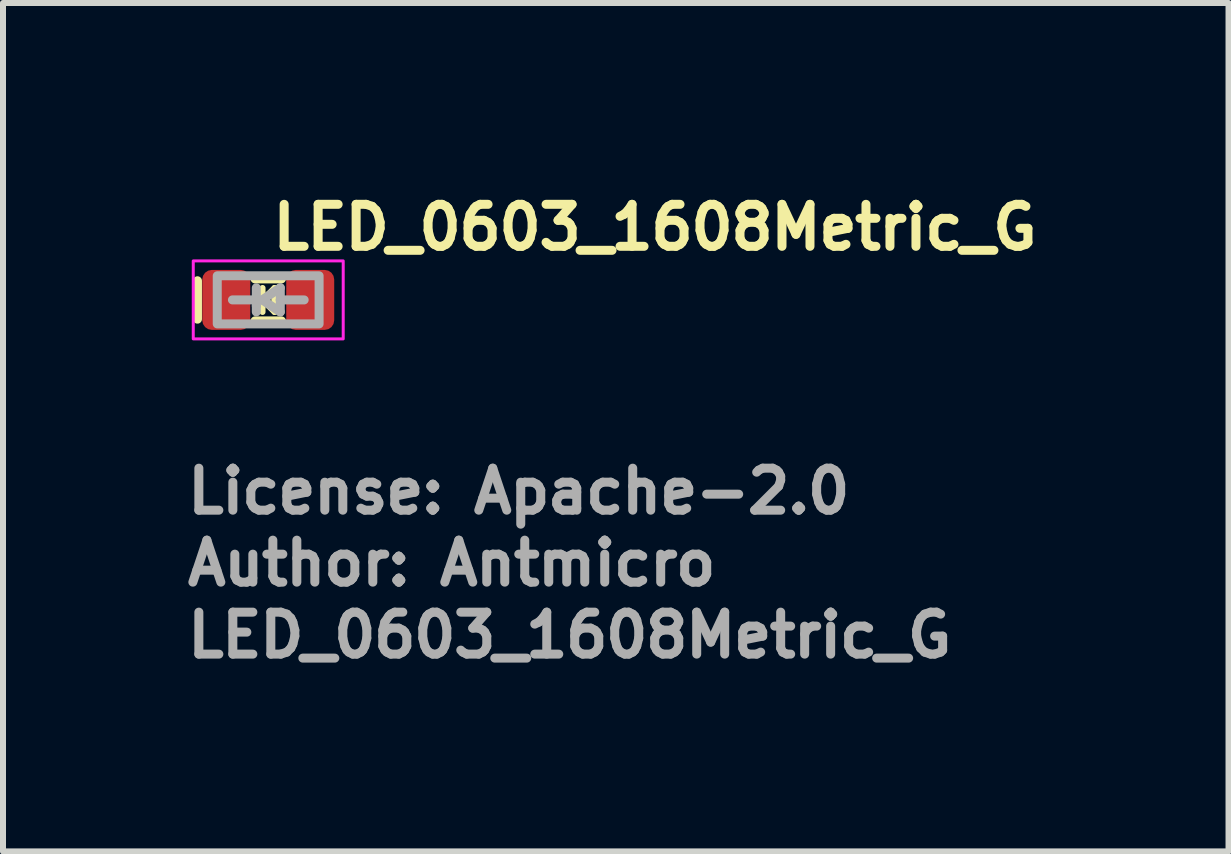
<source format=kicad_pcb>
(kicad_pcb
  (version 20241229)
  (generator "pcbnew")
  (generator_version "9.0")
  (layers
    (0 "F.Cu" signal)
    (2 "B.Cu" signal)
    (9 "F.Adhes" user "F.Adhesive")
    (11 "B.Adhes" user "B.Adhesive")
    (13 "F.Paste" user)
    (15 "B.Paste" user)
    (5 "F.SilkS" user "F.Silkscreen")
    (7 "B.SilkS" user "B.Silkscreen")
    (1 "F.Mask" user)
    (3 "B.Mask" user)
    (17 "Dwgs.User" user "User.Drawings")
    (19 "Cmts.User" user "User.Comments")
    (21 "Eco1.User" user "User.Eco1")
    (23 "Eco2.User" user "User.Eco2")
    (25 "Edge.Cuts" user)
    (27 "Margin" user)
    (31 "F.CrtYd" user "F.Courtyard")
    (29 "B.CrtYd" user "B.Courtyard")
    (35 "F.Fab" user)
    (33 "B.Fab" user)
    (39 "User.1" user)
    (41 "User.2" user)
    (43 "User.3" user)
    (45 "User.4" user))
  (footprint "LED_0603_1608Metric_G"
    (layer "F.Cu")
    (at 1.422 1.95)
    (property "Reference" "LED_0603_1608Metric_G" (at 0 -0.8 0) (layer "F.SilkS") (effects (font (size 0.7 0.7) (thickness 0.15)) (justify left bottom)))
    (attr smd)
    (fp_line (start -1.18 -0.319) (end -1.18 0.321) (stroke (width 0.15) (type solid)) (layer "F.SilkS"))
    (fp_line (start -0.095 0.001) (end -0.24 0.001) (stroke (width 0.1) (type solid)) (layer "F.SilkS"))
    (fp_line (start -0.095 0.001) (end 0.105 -0.199) (stroke (width 0.1) (type solid)) (layer "F.SilkS"))
    (fp_line (start -0.095 0.201) (end -0.095 -0.199) (stroke (width 0.1) (type solid)) (layer "F.SilkS"))
    (fp_line (start 0.105 0.001) (end 0.24 0.001) (stroke (width 0.1) (type solid)) (layer "F.SilkS"))
    (fp_line (start 0.105 0.201) (end -0.095 0.001) (stroke (width 0.1) (type solid)) (layer "F.SilkS"))
    (fp_line (start 0.105 0.201) (end 0.105 -0.199) (stroke (width 0.1) (type solid)) (layer "F.SilkS"))
    (fp_line (start 0.22 -0.35) (end -0.22 -0.35) (stroke (width 0.15) (type solid)) (layer "F.SilkS"))
    (fp_line (start 0.22 0.35) (end -0.22 0.35) (stroke (width 0.15) (type solid)) (layer "F.SilkS"))
    (fp_rect (start 1.25 0.65) (end -1.25 -0.65) (stroke (width 0.05) (type solid)) (fill no) (layer "F.CrtYd"))
    (fp_line (start -0.199 -0.202) (end -0.199 0.1) (stroke (width 0.15) (type solid)) (layer "F.Fab"))
    (fp_line (start -0.199 0) (end -0.597 0) (stroke (width 0.15) (type solid)) (layer "F.Fab"))
    (fp_line (start -0.199 0.2) (end -0.199 0.1) (stroke (width 0.15) (type solid)) (layer "F.Fab"))
    (fp_line (start -0.101 0) (end 0.201 0.2) (stroke (width 0.15) (type solid)) (layer "F.Fab"))
    (fp_line (start 0.201 -0.202) (end -0.101 0) (stroke (width 0.15) (type solid)) (layer "F.Fab"))
    (fp_line (start 0.201 0) (end 0.201 -0.202) (stroke (width 0.15) (type solid)) (layer "F.Fab"))
    (fp_line (start 0.201 0.2) (end 0.201 0) (stroke (width 0.15) (type solid)) (layer "F.Fab"))
    (fp_line (start 0.599 0) (end 0.201 0) (stroke (width 0.15) (type solid)) (layer "F.Fab"))
    (fp_rect (start 0.848 0.4) (end -0.85 -0.402) (stroke (width 0.15) (type solid)) (fill no) (layer "F.Fab"))
    (fp_rect (start -0.81 -0.4) (end 0.81 0.4) (stroke (width 0.1) (type solid)) (fill no) (layer "User.5"))
    (fp_line (start -0.812 -0.342) (end -0.812 -0.15) (stroke (width 0.02) (type solid)) (layer "User.9"))
    (fp_line (start -0.812 -0.15) (end -0.801 -0.151) (stroke (width 0.02) (type solid)) (layer "User.9"))
    (fp_line (start -0.812 0.148) (end -0.812 0.34) (stroke (width 0.02) (type solid)) (layer "User.9"))
    (fp_line (start -0.812 0.34) (end -0.58 0.34) (stroke (width 0.02) (type solid)) (layer "User.9"))
    (fp_line (start -0.806 0.148) (end -0.812 0.148) (stroke (width 0.02) (type solid)) (layer "User.9"))
    (fp_line (start -0.802 -0.402) (end -0.802 -0.342) (stroke (width 0.02) (type solid)) (layer "User.9"))
    (fp_line (start -0.802 0.34) (end -0.802 0.4) (stroke (width 0.02) (type solid)) (layer "User.9"))
    (fp_line (start -0.802 0.4) (end 0.8 0.4) (stroke (width 0.02) (type solid)) (layer "User.9"))
    (fp_line (start -0.801 -0.151) (end -0.791 -0.15) (stroke (width 0.02) (type solid)) (layer "User.9"))
    (fp_line (start -0.801 0.149) (end -0.806 0.148) (stroke (width 0.02) (type solid)) (layer "User.9"))
    (fp_line (start -0.796 0.148) (end -0.801 0.149) (stroke (width 0.02) (type solid)) (layer "User.9"))
    (fp_line (start -0.791 -0.15) (end -0.78 -0.149) (stroke (width 0.02) (type solid)) (layer "User.9"))
    (fp_line (start -0.791 0.148) (end -0.796 0.148) (stroke (width 0.02) (type solid)) (layer "User.9"))
    (fp_line (start -0.786 0.148) (end -0.791 0.148) (stroke (width 0.02) (type solid)) (layer "User.9"))
    (fp_line (start -0.782 -0.392) (end -0.782 -0.342) (stroke (width 0.02) (type solid)) (layer "User.9"))
    (fp_line (start -0.782 0.34) (end -0.782 0.39) (stroke (width 0.02) (type solid)) (layer "User.9"))
    (fp_line (start -0.782 0.39) (end -0.5 0.39) (stroke (width 0.02) (type solid)) (layer "User.9"))
    (fp_line (start -0.78 -0.149) (end -0.77 -0.147) (stroke (width 0.02) (type solid)) (layer "User.9"))
    (fp_line (start -0.78 0.147) (end -0.786 0.148) (stroke (width 0.02) (type solid)) (layer "User.9"))
    (fp_line (start -0.775 0.146) (end -0.78 0.147) (stroke (width 0.02) (type solid)) (layer "User.9"))
    (fp_line (start -0.77 -0.147) (end -0.76 -0.145) (stroke (width 0.02) (type solid)) (layer "User.9"))
    (fp_line (start -0.77 0.145) (end -0.775 0.146) (stroke (width 0.02) (type solid)) (layer "User.9"))
    (fp_line (start -0.764 0.144) (end -0.77 0.145) (stroke (width 0.02) (type solid)) (layer "User.9"))
    (fp_line (start -0.76 -0.145) (end -0.75 -0.143) (stroke (width 0.02) (type solid)) (layer "User.9"))
    (fp_line (start -0.76 0.144) (end -0.764 0.144) (stroke (width 0.02) (type solid)) (layer "User.9"))
    (fp_line (start -0.755 0.142) (end -0.76 0.144) (stroke (width 0.02) (type solid)) (layer "User.9"))
    (fp_line (start -0.75 -0.143) (end -0.74 -0.139) (stroke (width 0.02) (type solid)) (layer "User.9"))
    (fp_line (start -0.75 0.141) (end -0.755 0.142) (stroke (width 0.02) (type solid)) (layer "User.9"))
    (fp_line (start -0.745 0.139) (end -0.75 0.141) (stroke (width 0.02) (type solid)) (layer "User.9"))
    (fp_line (start -0.74 -0.139) (end -0.731 -0.135) (stroke (width 0.02) (type solid)) (layer "User.9"))
    (fp_line (start -0.74 0.137) (end -0.745 0.139) (stroke (width 0.02) (type solid)) (layer "User.9"))
    (fp_line (start -0.736 0.135) (end -0.74 0.137) (stroke (width 0.02) (type solid)) (layer "User.9"))
    (fp_line (start -0.731 -0.135) (end -0.723 -0.13) (stroke (width 0.02) (type solid)) (layer "User.9"))
    (fp_line (start -0.731 0.133) (end -0.736 0.135) (stroke (width 0.02) (type solid)) (layer "User.9"))
    (fp_line (start -0.727 0.13) (end -0.731 0.133) (stroke (width 0.02) (type solid)) (layer "User.9"))
    (fp_line (start -0.723 -0.13) (end -0.714 -0.123) (stroke (width 0.02) (type solid)) (layer "User.9"))
    (fp_line (start -0.723 0.128) (end -0.727 0.13) (stroke (width 0.02) (type solid)) (layer "User.9"))
    (fp_line (start -0.718 0.124) (end -0.723 0.128) (stroke (width 0.02) (type solid)) (layer "User.9"))
    (fp_line (start -0.714 -0.123) (end -0.706 -0.118) (stroke (width 0.02) (type solid)) (layer "User.9"))
    (fp_line (start -0.714 0.121) (end -0.718 0.124) (stroke (width 0.02) (type solid)) (layer "User.9"))
    (fp_line (start -0.71 0.119) (end -0.714 0.121) (stroke (width 0.02) (type solid)) (layer "User.9"))
    (fp_line (start -0.706 -0.118) (end -0.699 -0.11) (stroke (width 0.02) (type solid)) (layer "User.9"))
    (fp_line (start -0.706 0.116) (end -0.71 0.119) (stroke (width 0.02) (type solid)) (layer "User.9"))
    (fp_line (start -0.703 0.113) (end -0.706 0.116) (stroke (width 0.02) (type solid)) (layer "User.9"))
    (fp_line (start -0.699 -0.11) (end -0.692 -0.104) (stroke (width 0.02) (type solid)) (layer "User.9"))
    (fp_line (start -0.699 0.108) (end -0.703 0.113) (stroke (width 0.02) (type solid)) (layer "User.9"))
    (fp_line (start -0.696 0.105) (end -0.699 0.108) (stroke (width 0.02) (type solid)) (layer "User.9"))
    (fp_line (start -0.692 -0.104) (end -0.685 -0.095) (stroke (width 0.02) (type solid)) (layer "User.9"))
    (fp_line (start -0.692 0.102) (end -0.696 0.105) (stroke (width 0.02) (type solid)) (layer "User.9"))
    (fp_line (start -0.689 0.098) (end -0.692 0.102) (stroke (width 0.02) (type solid)) (layer "User.9"))
    (fp_line (start -0.685 -0.095) (end -0.679 -0.088) (stroke (width 0.02) (type solid)) (layer "User.9"))
    (fp_line (start -0.685 0.093) (end -0.689 0.098) (stroke (width 0.02) (type solid)) (layer "User.9"))
    (fp_line (start -0.682 0.089) (end -0.685 0.093) (stroke (width 0.02) (type solid)) (layer "User.9"))
    (fp_line (start -0.679 -0.088) (end -0.673 -0.078) (stroke (width 0.02) (type solid)) (layer "User.9"))
    (fp_line (start -0.679 0.086) (end -0.682 0.089) (stroke (width 0.02) (type solid)) (layer "User.9"))
    (fp_line (start -0.676 0.082) (end -0.679 0.086) (stroke (width 0.02) (type solid)) (layer "User.9"))
    (fp_line (start -0.673 -0.078) (end -0.673 -0.078) (stroke (width 0.02) (type solid)) (layer "User.9"))
    (fp_line (start -0.673 -0.078) (end -0.668 -0.07) (stroke (width 0.02) (type solid)) (layer "User.9"))
    (fp_line (start -0.673 0.076) (end -0.676 0.082) (stroke (width 0.02) (type solid)) (layer "User.9"))
    (fp_line (start -0.673 0.076) (end -0.673 0.076) (stroke (width 0.02) (type solid)) (layer "User.9"))
    (fp_line (start -0.668 -0.07) (end -0.664 -0.06) (stroke (width 0.02) (type solid)) (layer "User.9"))
    (fp_line (start -0.668 0.068) (end -0.673 0.076) (stroke (width 0.02) (type solid)) (layer "User.9"))
    (fp_line (start -0.664 -0.06) (end -0.66 -0.051) (stroke (width 0.02) (type solid)) (layer "User.9"))
    (fp_line (start -0.664 0.059) (end -0.668 0.068) (stroke (width 0.02) (type solid)) (layer "User.9"))
    (fp_line (start -0.66 -0.051) (end -0.657 -0.042) (stroke (width 0.02) (type solid)) (layer "User.9"))
    (fp_line (start -0.66 0.049) (end -0.664 0.059) (stroke (width 0.02) (type solid)) (layer "User.9"))
    (fp_line (start -0.657 -0.042) (end -0.655 -0.031) (stroke (width 0.02) (type solid)) (layer "User.9"))
    (fp_line (start -0.657 0.04) (end -0.66 0.049) (stroke (width 0.02) (type solid)) (layer "User.9"))
    (fp_line (start -0.655 -0.031) (end -0.653 -0.022) (stroke (width 0.02) (type solid)) (layer "User.9"))
    (fp_line (start -0.655 0.029) (end -0.657 0.04) (stroke (width 0.02) (type solid)) (layer "User.9"))
    (fp_line (start -0.653 -0.022) (end -0.652 -0.011) (stroke (width 0.02) (type solid)) (layer "User.9"))
    (fp_line (start -0.653 0.02) (end -0.655 0.029) (stroke (width 0.02) (type solid)) (layer "User.9"))
    (fp_line (start -0.652 -0.011) (end -0.651 0) (stroke (width 0.02) (type solid)) (layer "User.9"))
    (fp_line (start -0.652 0.01) (end -0.653 0.02) (stroke (width 0.02) (type solid)) (layer "User.9"))
    (fp_line (start -0.651 0) (end -0.652 0.01) (stroke (width 0.02) (type solid)) (layer "User.9"))
    (fp_line (start -0.6 -0.308) (end -0.599 -0.311) (stroke (width 0.02) (type solid)) (layer "User.9"))
    (fp_line (start -0.6 -0.306) (end -0.6 -0.308) (stroke (width 0.02) (type solid)) (layer "User.9"))
    (fp_line (start -0.6 -0.303) (end -0.6 -0.306) (stroke (width 0.02) (type solid)) (layer "User.9"))
    (fp_line (start -0.6 -0.3) (end -0.6 -0.303) (stroke (width 0.02) (type solid)) (layer "User.9"))
    (fp_line (start -0.6 -0.3) (end -0.6 0.298) (stroke (width 0.02) (type solid)) (layer "User.9"))
    (fp_line (start -0.6 0.301) (end -0.6 0.298) (stroke (width 0.02) (type solid)) (layer "User.9"))
    (fp_line (start -0.6 0.304) (end -0.6 0.301) (stroke (width 0.02) (type solid)) (layer "User.9"))
    (fp_line (start -0.6 0.306) (end -0.6 0.304) (stroke (width 0.02) (type solid)) (layer "User.9"))
    (fp_line (start -0.599 -0.313) (end -0.598 -0.315) (stroke (width 0.02) (type solid)) (layer "User.9"))
    (fp_line (start -0.599 -0.311) (end -0.599 -0.313) (stroke (width 0.02) (type solid)) (layer "User.9"))
    (fp_line (start -0.599 0.309) (end -0.6 0.306) (stroke (width 0.02) (type solid)) (layer "User.9"))
    (fp_line (start -0.599 0.311) (end -0.599 0.309) (stroke (width 0.02) (type solid)) (layer "User.9"))
    (fp_line (start -0.598 -0.315) (end -0.597 -0.318) (stroke (width 0.02) (type solid)) (layer "User.9"))
    (fp_line (start -0.598 0.313) (end -0.599 0.311) (stroke (width 0.02) (type solid)) (layer "User.9"))
    (fp_line (start -0.597 -0.32) (end -0.596 -0.323) (stroke (width 0.02) (type solid)) (layer "User.9"))
    (fp_line (start -0.597 -0.318) (end -0.597 -0.32) (stroke (width 0.02) (type solid)) (layer "User.9"))
    (fp_line (start -0.597 0.316) (end -0.598 0.313) (stroke (width 0.02) (type solid)) (layer "User.9"))
    (fp_line (start -0.597 0.318) (end -0.597 0.316) (stroke (width 0.02) (type solid)) (layer "User.9"))
    (fp_line (start -0.596 -0.323) (end -0.594 -0.325) (stroke (width 0.02) (type solid)) (layer "User.9"))
    (fp_line (start -0.596 0.321) (end -0.597 0.318) (stroke (width 0.02) (type solid)) (layer "User.9"))
    (fp_line (start -0.594 -0.325) (end -0.593 -0.327) (stroke (width 0.02) (type solid)) (layer "User.9"))
    (fp_line (start -0.594 0.323) (end -0.596 0.321) (stroke (width 0.02) (type solid)) (layer "User.9"))
    (fp_line (start -0.593 -0.327) (end -0.592 -0.329) (stroke (width 0.02) (type solid)) (layer "User.9"))
    (fp_line (start -0.593 0.325) (end -0.594 0.323) (stroke (width 0.02) (type solid)) (layer "User.9"))
    (fp_line (start -0.592 -0.329) (end -0.591 -0.331) (stroke (width 0.02) (type solid)) (layer "User.9"))
    (fp_line (start -0.592 0.327) (end -0.593 0.325) (stroke (width 0.02) (type solid)) (layer "User.9"))
    (fp_line (start -0.591 -0.331) (end -0.589 -0.333) (stroke (width 0.02) (type solid)) (layer "User.9"))
    (fp_line (start -0.591 0.329) (end -0.592 0.327) (stroke (width 0.02) (type solid)) (layer "User.9"))
    (fp_line (start -0.589 -0.333) (end -0.588 -0.335) (stroke (width 0.02) (type solid)) (layer "User.9"))
    (fp_line (start -0.589 0.331) (end -0.591 0.329) (stroke (width 0.02) (type solid)) (layer "User.9"))
    (fp_line (start -0.588 -0.335) (end -0.586 -0.337) (stroke (width 0.02) (type solid)) (layer "User.9"))
    (fp_line (start -0.588 0.333) (end -0.589 0.331) (stroke (width 0.02) (type solid)) (layer "User.9"))
    (fp_line (start -0.586 -0.337) (end -0.584 -0.339) (stroke (width 0.02) (type solid)) (layer "User.9"))
    (fp_line (start -0.586 0.335) (end -0.588 0.333) (stroke (width 0.02) (type solid)) (layer "User.9"))
    (fp_line (start -0.584 -0.339) (end -0.582 -0.34) (stroke (width 0.02) (type solid)) (layer "User.9"))
    (fp_line (start -0.584 0.337) (end -0.586 0.335) (stroke (width 0.02) (type solid)) (layer "User.9"))
    (fp_line (start -0.582 -0.34) (end -0.58 -0.342) (stroke (width 0.02) (type solid)) (layer "User.9"))
    (fp_line (start -0.582 0.338) (end -0.584 0.337) (stroke (width 0.02) (type solid)) (layer "User.9"))
    (fp_line (start -0.58 -0.342) (end -0.812 -0.342) (stroke (width 0.02) (type solid)) (layer "User.9"))
    (fp_line (start -0.58 -0.342) (end -0.578 -0.343) (stroke (width 0.02) (type solid)) (layer "User.9"))
    (fp_line (start -0.58 0.34) (end -0.582 0.338) (stroke (width 0.02) (type solid)) (layer "User.9"))
    (fp_line (start -0.578 -0.343) (end -0.577 -0.344) (stroke (width 0.02) (type solid)) (layer "User.9"))
    (fp_line (start -0.578 0.341) (end -0.58 0.34) (stroke (width 0.02) (type solid)) (layer "User.9"))
    (fp_line (start -0.577 -0.344) (end -0.575 -0.345) (stroke (width 0.02) (type solid)) (layer "User.9"))
    (fp_line (start -0.577 0.342) (end -0.578 0.341) (stroke (width 0.02) (type solid)) (layer "User.9"))
    (fp_line (start -0.575 -0.345) (end -0.573 -0.347) (stroke (width 0.02) (type solid)) (layer "User.9"))
    (fp_line (start -0.575 0.343) (end -0.577 0.342) (stroke (width 0.02) (type solid)) (layer "User.9"))
    (fp_line (start -0.573 -0.347) (end -0.571 -0.348) (stroke (width 0.02) (type solid)) (layer "User.9"))
    (fp_line (start -0.573 0.345) (end -0.575 0.343) (stroke (width 0.02) (type solid)) (layer "User.9"))
    (fp_line (start -0.571 -0.348) (end -0.569 -0.348) (stroke (width 0.02) (type solid)) (layer "User.9"))
    (fp_line (start -0.571 0.346) (end -0.573 0.345) (stroke (width 0.02) (type solid)) (layer "User.9"))
    (fp_line (start -0.569 -0.348) (end -0.566 -0.349) (stroke (width 0.02) (type solid)) (layer "User.9"))
    (fp_line (start -0.569 0.346) (end -0.571 0.346) (stroke (width 0.02) (type solid)) (layer "User.9"))
    (fp_line (start -0.566 -0.349) (end -0.564 -0.35) (stroke (width 0.02) (type solid)) (layer "User.9"))
    (fp_line (start -0.566 0.347) (end -0.569 0.346) (stroke (width 0.02) (type solid)) (layer "User.9"))
    (fp_line (start -0.564 -0.35) (end -0.562 -0.35) (stroke (width 0.02) (type solid)) (layer "User.9"))
    (fp_line (start -0.564 0.348) (end -0.566 0.347) (stroke (width 0.02) (type solid)) (layer "User.9"))
    (fp_line (start -0.562 -0.35) (end -0.559 -0.351) (stroke (width 0.02) (type solid)) (layer "User.9"))
    (fp_line (start -0.562 0.348) (end -0.564 0.348) (stroke (width 0.02) (type solid)) (layer "User.9"))
    (fp_line (start -0.559 -0.351) (end -0.557 -0.351) (stroke (width 0.02) (type solid)) (layer "User.9"))
    (fp_line (start -0.559 0.349) (end -0.562 0.348) (stroke (width 0.02) (type solid)) (layer "User.9"))
    (fp_line (start -0.557 -0.351) (end -0.554 -0.351) (stroke (width 0.02) (type solid)) (layer "User.9"))
    (fp_line (start -0.557 0.349) (end -0.559 0.349) (stroke (width 0.02) (type solid)) (layer "User.9"))
    (fp_line (start -0.554 -0.351) (end -0.552 -0.351) (stroke (width 0.02) (type solid)) (layer "User.9"))
    (fp_line (start -0.554 0.349) (end -0.557 0.349) (stroke (width 0.02) (type solid)) (layer "User.9"))
    (fp_line (start -0.552 0.349) (end -0.554 0.349) (stroke (width 0.02) (type solid)) (layer "User.9"))
    (fp_line (start -0.552 0.349) (end 0.55 0.349) (stroke (width 0.02) (type solid)) (layer "User.9"))
    (fp_line (start -0.5 -0.392) (end -0.782 -0.392) (stroke (width 0.02) (type solid)) (layer "User.9"))
    (fp_line (start -0.5 -0.351) (end -0.5 -0.392) (stroke (width 0.02) (type solid)) (layer "User.9"))
    (fp_line (start -0.5 0.39) (end -0.5 0.349) (stroke (width 0.02) (type solid)) (layer "User.9"))
    (fp_line (start 0.55 -0.351) (end -0.552 -0.351) (stroke (width 0.02) (type solid)) (layer "User.9"))
    (fp_line (start 0.55 -0.351) (end 0.552 -0.351) (stroke (width 0.02) (type solid)) (layer "User.9"))
    (fp_line (start 0.552 -0.351) (end 0.555 -0.351) (stroke (width 0.02) (type solid)) (layer "User.9"))
    (fp_line (start 0.552 0.349) (end 0.55 0.349) (stroke (width 0.02) (type solid)) (layer "User.9"))
    (fp_line (start 0.555 -0.351) (end 0.557 -0.351) (stroke (width 0.02) (type solid)) (layer "User.9"))
    (fp_line (start 0.555 0.349) (end 0.552 0.349) (stroke (width 0.02) (type solid)) (layer "User.9"))
    (fp_line (start 0.557 -0.351) (end 0.56 -0.35) (stroke (width 0.02) (type solid)) (layer "User.9"))
    (fp_line (start 0.557 0.349) (end 0.555 0.349) (stroke (width 0.02) (type solid)) (layer "User.9"))
    (fp_line (start 0.56 -0.35) (end 0.562 -0.35) (stroke (width 0.02) (type solid)) (layer "User.9"))
    (fp_line (start 0.56 0.348) (end 0.557 0.349) (stroke (width 0.02) (type solid)) (layer "User.9"))
    (fp_line (start 0.562 -0.35) (end 0.564 -0.349) (stroke (width 0.02) (type solid)) (layer "User.9"))
    (fp_line (start 0.562 0.348) (end 0.56 0.348) (stroke (width 0.02) (type solid)) (layer "User.9"))
    (fp_line (start 0.564 -0.349) (end 0.567 -0.348) (stroke (width 0.02) (type solid)) (layer "User.9"))
    (fp_line (start 0.564 0.347) (end 0.562 0.348) (stroke (width 0.02) (type solid)) (layer "User.9"))
    (fp_line (start 0.567 -0.348) (end 0.569 -0.348) (stroke (width 0.02) (type solid)) (layer "User.9"))
    (fp_line (start 0.567 0.346) (end 0.564 0.347) (stroke (width 0.02) (type solid)) (layer "User.9"))
    (fp_line (start 0.569 -0.348) (end 0.571 -0.347) (stroke (width 0.02) (type solid)) (layer "User.9"))
    (fp_line (start 0.569 0.346) (end 0.567 0.346) (stroke (width 0.02) (type solid)) (layer "User.9"))
    (fp_line (start 0.571 -0.347) (end 0.573 -0.345) (stroke (width 0.02) (type solid)) (layer "User.9"))
    (fp_line (start 0.571 0.345) (end 0.569 0.346) (stroke (width 0.02) (type solid)) (layer "User.9"))
    (fp_line (start 0.573 -0.345) (end 0.575 -0.344) (stroke (width 0.02) (type solid)) (layer "User.9"))
    (fp_line (start 0.573 0.343) (end 0.571 0.345) (stroke (width 0.02) (type solid)) (layer "User.9"))
    (fp_line (start 0.575 -0.344) (end 0.576 -0.343) (stroke (width 0.02) (type solid)) (layer "User.9"))
    (fp_line (start 0.575 0.342) (end 0.573 0.343) (stroke (width 0.02) (type solid)) (layer "User.9"))
    (fp_line (start 0.576 -0.343) (end 0.578 -0.342) (stroke (width 0.02) (type solid)) (layer "User.9"))
    (fp_line (start 0.576 0.341) (end 0.575 0.342) (stroke (width 0.02) (type solid)) (layer "User.9"))
    (fp_line (start 0.578 -0.342) (end 0.58 -0.34) (stroke (width 0.02) (type solid)) (layer "User.9"))
    (fp_line (start 0.578 0.34) (end 0.576 0.341) (stroke (width 0.02) (type solid)) (layer "User.9"))
    (fp_line (start 0.578 0.34) (end 0.81 0.34) (stroke (width 0.02) (type solid)) (layer "User.9"))
    (fp_line (start 0.58 -0.34) (end 0.582 -0.339) (stroke (width 0.02) (type solid)) (layer "User.9"))
    (fp_line (start 0.58 0.338) (end 0.578 0.34) (stroke (width 0.02) (type solid)) (layer "User.9"))
    (fp_line (start 0.582 -0.339) (end 0.584 -0.337) (stroke (width 0.02) (type solid)) (layer "User.9"))
    (fp_line (start 0.582 0.337) (end 0.58 0.338) (stroke (width 0.02) (type solid)) (layer "User.9"))
    (fp_line (start 0.584 -0.337) (end 0.586 -0.335) (stroke (width 0.02) (type solid)) (layer "User.9"))
    (fp_line (start 0.584 0.335) (end 0.582 0.337) (stroke (width 0.02) (type solid)) (layer "User.9"))
    (fp_line (start 0.586 -0.335) (end 0.587 -0.333) (stroke (width 0.02) (type solid)) (layer "User.9"))
    (fp_line (start 0.586 0.333) (end 0.584 0.335) (stroke (width 0.02) (type solid)) (layer "User.9"))
    (fp_line (start 0.587 -0.333) (end 0.589 -0.331) (stroke (width 0.02) (type solid)) (layer "User.9"))
    (fp_line (start 0.587 0.331) (end 0.586 0.333) (stroke (width 0.02) (type solid)) (layer "User.9"))
    (fp_line (start 0.589 -0.331) (end 0.59 -0.329) (stroke (width 0.02) (type solid)) (layer "User.9"))
    (fp_line (start 0.589 0.329) (end 0.587 0.331) (stroke (width 0.02) (type solid)) (layer "User.9"))
    (fp_line (start 0.59 -0.329) (end 0.591 -0.327) (stroke (width 0.02) (type solid)) (layer "User.9"))
    (fp_line (start 0.59 0.327) (end 0.589 0.329) (stroke (width 0.02) (type solid)) (layer "User.9"))
    (fp_line (start 0.591 -0.327) (end 0.592 -0.325) (stroke (width 0.02) (type solid)) (layer "User.9"))
    (fp_line (start 0.591 0.325) (end 0.59 0.327) (stroke (width 0.02) (type solid)) (layer "User.9"))
    (fp_line (start 0.592 -0.325) (end 0.594 -0.323) (stroke (width 0.02) (type solid)) (layer "User.9"))
    (fp_line (start 0.592 0.323) (end 0.591 0.325) (stroke (width 0.02) (type solid)) (layer "User.9"))
    (fp_line (start 0.594 -0.323) (end 0.595 -0.32) (stroke (width 0.02) (type solid)) (layer "User.9"))
    (fp_line (start 0.594 0.321) (end 0.592 0.323) (stroke (width 0.02) (type solid)) (layer "User.9"))
    (fp_line (start 0.595 -0.32) (end 0.595 -0.318) (stroke (width 0.02) (type solid)) (layer "User.9"))
    (fp_line (start 0.595 -0.318) (end 0.596 -0.315) (stroke (width 0.02) (type solid)) (layer "User.9"))
    (fp_line (start 0.595 0.316) (end 0.595 0.318) (stroke (width 0.02) (type solid)) (layer "User.9"))
    (fp_line (start 0.595 0.318) (end 0.594 0.321) (stroke (width 0.02) (type solid)) (layer "User.9"))
    (fp_line (start 0.596 -0.315) (end 0.597 -0.313) (stroke (width 0.02) (type solid)) (layer "User.9"))
    (fp_line (start 0.596 0.313) (end 0.595 0.316) (stroke (width 0.02) (type solid)) (layer "User.9"))
    (fp_line (start 0.597 -0.313) (end 0.597 -0.311) (stroke (width 0.02) (type solid)) (layer "User.9"))
    (fp_line (start 0.597 -0.311) (end 0.598 -0.308) (stroke (width 0.02) (type solid)) (layer "User.9"))
    (fp_line (start 0.597 0.309) (end 0.597 0.311) (stroke (width 0.02) (type solid)) (layer "User.9"))
    (fp_line (start 0.597 0.311) (end 0.596 0.313) (stroke (width 0.02) (type solid)) (layer "User.9"))
    (fp_line (start 0.598 -0.308) (end 0.598 -0.306) (stroke (width 0.02) (type solid)) (layer "User.9"))
    (fp_line (start 0.598 -0.306) (end 0.598 -0.303) (stroke (width 0.02) (type solid)) (layer "User.9"))
    (fp_line (start 0.598 -0.303) (end 0.598 -0.3) (stroke (width 0.02) (type solid)) (layer "User.9"))
    (fp_line (start 0.598 0.298) (end 0.598 -0.3) (stroke (width 0.02) (type solid)) (layer "User.9"))
    (fp_line (start 0.598 0.298) (end 0.598 0.301) (stroke (width 0.02) (type solid)) (layer "User.9"))
    (fp_line (start 0.598 0.301) (end 0.598 0.304) (stroke (width 0.02) (type solid)) (layer "User.9"))
    (fp_line (start 0.598 0.304) (end 0.598 0.306) (stroke (width 0.02) (type solid)) (layer "User.9"))
    (fp_line (start 0.598 0.306) (end 0.597 0.309) (stroke (width 0.02) (type solid)) (layer "User.9"))
    (fp_line (start 0.65 -0.016) (end 0.651 -0.024) (stroke (width 0.02) (type solid)) (layer "User.9"))
    (fp_line (start 0.65 -0.008) (end 0.65 -0.016) (stroke (width 0.02) (type solid)) (layer "User.9"))
    (fp_line (start 0.65 0) (end 0.65 -0.008) (stroke (width 0.02) (type solid)) (layer "User.9"))
    (fp_line (start 0.65 0.007) (end 0.65 0) (stroke (width 0.02) (type solid)) (layer "User.9"))
    (fp_line (start 0.65 0.014) (end 0.65 0.007) (stroke (width 0.02) (type solid)) (layer "User.9"))
    (fp_line (start 0.651 -0.024) (end 0.653 -0.031) (stroke (width 0.02) (type solid)) (layer "User.9"))
    (fp_line (start 0.651 0.022) (end 0.65 0.014) (stroke (width 0.02) (type solid)) (layer "User.9"))
    (fp_line (start 0.653 -0.031) (end 0.654 -0.039) (stroke (width 0.02) (type solid)) (layer "User.9"))
    (fp_line (start 0.653 0.029) (end 0.651 0.022) (stroke (width 0.02) (type solid)) (layer "User.9"))
    (fp_line (start 0.654 -0.039) (end 0.657 -0.046) (stroke (width 0.02) (type solid)) (layer "User.9"))
    (fp_line (start 0.654 0.037) (end 0.653 0.029) (stroke (width 0.02) (type solid)) (layer "User.9"))
    (fp_line (start 0.657 -0.046) (end 0.659 -0.053) (stroke (width 0.02) (type solid)) (layer "User.9"))
    (fp_line (start 0.657 0.044) (end 0.654 0.037) (stroke (width 0.02) (type solid)) (layer "User.9"))
    (fp_line (start 0.659 -0.053) (end 0.662 -0.06) (stroke (width 0.02) (type solid)) (layer "User.9"))
    (fp_line (start 0.659 0.052) (end 0.657 0.044) (stroke (width 0.02) (type solid)) (layer "User.9"))
    (fp_line (start 0.662 -0.06) (end 0.665 -0.068) (stroke (width 0.02) (type solid)) (layer "User.9"))
    (fp_line (start 0.662 0.059) (end 0.659 0.052) (stroke (width 0.02) (type solid)) (layer "User.9"))
    (fp_line (start 0.665 -0.068) (end 0.669 -0.074) (stroke (width 0.02) (type solid)) (layer "User.9"))
    (fp_line (start 0.665 0.066) (end 0.662 0.059) (stroke (width 0.02) (type solid)) (layer "User.9"))
    (fp_line (start 0.669 -0.074) (end 0.673 -0.08) (stroke (width 0.02) (type solid)) (layer "User.9"))
    (fp_line (start 0.669 0.072) (end 0.665 0.066) (stroke (width 0.02) (type solid)) (layer "User.9"))
    (fp_line (start 0.673 -0.08) (end 0.677 -0.088) (stroke (width 0.02) (type solid)) (layer "User.9"))
    (fp_line (start 0.673 0.078) (end 0.669 0.072) (stroke (width 0.02) (type solid)) (layer "User.9"))
    (fp_line (start 0.677 -0.088) (end 0.681 -0.093) (stroke (width 0.02) (type solid)) (layer "User.9"))
    (fp_line (start 0.677 0.086) (end 0.673 0.078) (stroke (width 0.02) (type solid)) (layer "User.9"))
    (fp_line (start 0.681 -0.093) (end 0.686 -0.1) (stroke (width 0.02) (type solid)) (layer "User.9"))
    (fp_line (start 0.681 0.091) (end 0.677 0.086) (stroke (width 0.02) (type solid)) (layer "User.9"))
    (fp_line (start 0.686 -0.1) (end 0.691 -0.105) (stroke (width 0.02) (type solid)) (layer "User.9"))
    (fp_line (start 0.686 0.098) (end 0.681 0.091) (stroke (width 0.02) (type solid)) (layer "User.9"))
    (fp_line (start 0.691 -0.105) (end 0.697 -0.11) (stroke (width 0.02) (type solid)) (layer "User.9"))
    (fp_line (start 0.691 0.104) (end 0.686 0.098) (stroke (width 0.02) (type solid)) (layer "User.9"))
    (fp_line (start 0.697 -0.11) (end 0.697 -0.11) (stroke (width 0.02) (type solid)) (layer "User.9"))
    (fp_line (start 0.697 -0.11) (end 0.703 -0.116) (stroke (width 0.02) (type solid)) (layer "User.9"))
    (fp_line (start 0.697 0.108) (end 0.691 0.104) (stroke (width 0.02) (type solid)) (layer "User.9"))
    (fp_line (start 0.697 0.108) (end 0.697 0.108) (stroke (width 0.02) (type solid)) (layer "User.9"))
    (fp_line (start 0.703 -0.116) (end 0.708 -0.12) (stroke (width 0.02) (type solid)) (layer "User.9"))
    (fp_line (start 0.703 0.114) (end 0.697 0.108) (stroke (width 0.02) (type solid)) (layer "User.9"))
    (fp_line (start 0.708 -0.12) (end 0.714 -0.125) (stroke (width 0.02) (type solid)) (layer "User.9"))
    (fp_line (start 0.708 0.119) (end 0.703 0.114) (stroke (width 0.02) (type solid)) (layer "User.9"))
    (fp_line (start 0.714 -0.125) (end 0.721 -0.13) (stroke (width 0.02) (type solid)) (layer "User.9"))
    (fp_line (start 0.714 0.123) (end 0.708 0.119) (stroke (width 0.02) (type solid)) (layer "User.9"))
    (fp_line (start 0.721 -0.13) (end 0.727 -0.133) (stroke (width 0.02) (type solid)) (layer "User.9"))
    (fp_line (start 0.721 0.128) (end 0.714 0.123) (stroke (width 0.02) (type solid)) (layer "User.9"))
    (fp_line (start 0.727 -0.133) (end 0.734 -0.137) (stroke (width 0.02) (type solid)) (layer "User.9"))
    (fp_line (start 0.727 0.131) (end 0.721 0.128) (stroke (width 0.02) (type solid)) (layer "User.9"))
    (fp_line (start 0.734 -0.137) (end 0.741 -0.14) (stroke (width 0.02) (type solid)) (layer "User.9"))
    (fp_line (start 0.734 0.135) (end 0.727 0.131) (stroke (width 0.02) (type solid)) (layer "User.9"))
    (fp_line (start 0.741 -0.14) (end 0.748 -0.143) (stroke (width 0.02) (type solid)) (layer "User.9"))
    (fp_line (start 0.741 0.138) (end 0.734 0.135) (stroke (width 0.02) (type solid)) (layer "User.9"))
    (fp_line (start 0.748 -0.143) (end 0.755 -0.145) (stroke (width 0.02) (type solid)) (layer "User.9"))
    (fp_line (start 0.748 0.141) (end 0.741 0.138) (stroke (width 0.02) (type solid)) (layer "User.9"))
    (fp_line (start 0.755 -0.145) (end 0.763 -0.146) (stroke (width 0.02) (type solid)) (layer "User.9"))
    (fp_line (start 0.755 0.143) (end 0.748 0.141) (stroke (width 0.02) (type solid)) (layer "User.9"))
    (fp_line (start 0.763 -0.146) (end 0.771 -0.148) (stroke (width 0.02) (type solid)) (layer "User.9"))
    (fp_line (start 0.763 0.144) (end 0.755 0.143) (stroke (width 0.02) (type solid)) (layer "User.9"))
    (fp_line (start 0.771 -0.148) (end 0.779 -0.149) (stroke (width 0.02) (type solid)) (layer "User.9"))
    (fp_line (start 0.771 0.146) (end 0.763 0.144) (stroke (width 0.02) (type solid)) (layer "User.9"))
    (fp_line (start 0.779 -0.149) (end 0.786 -0.15) (stroke (width 0.02) (type solid)) (layer "User.9"))
    (fp_line (start 0.779 0.147) (end 0.771 0.146) (stroke (width 0.02) (type solid)) (layer "User.9"))
    (fp_line (start 0.786 -0.15) (end 0.794 -0.15) (stroke (width 0.02) (type solid)) (layer "User.9"))
    (fp_line (start 0.786 0.148) (end 0.779 0.147) (stroke (width 0.02) (type solid)) (layer "User.9"))
    (fp_line (start 0.794 -0.15) (end 0.802 -0.15) (stroke (width 0.02) (type solid)) (layer "User.9"))
    (fp_line (start 0.794 0.148) (end 0.786 0.148) (stroke (width 0.02) (type solid)) (layer "User.9"))
    (fp_line (start 0.8 -0.402) (end -0.802 -0.402) (stroke (width 0.02) (type solid)) (layer "User.9"))
    (fp_line (start 0.8 -0.342) (end 0.8 -0.402) (stroke (width 0.02) (type solid)) (layer "User.9"))
    (fp_line (start 0.8 0.4) (end 0.8 0.34) (stroke (width 0.02) (type solid)) (layer "User.9"))
    (fp_line (start 0.802 -0.15) (end 0.81 -0.15) (stroke (width 0.02) (type solid)) (layer "User.9"))
    (fp_line (start 0.802 0.148) (end 0.794 0.148) (stroke (width 0.02) (type solid)) (layer "User.9"))
    (fp_line (start 0.81 -0.342) (end 0.578 -0.342) (stroke (width 0.02) (type solid)) (layer "User.9"))
    (fp_line (start 0.81 -0.15) (end 0.81 -0.342) (stroke (width 0.02) (type solid)) (layer "User.9"))
    (fp_line (start 0.81 0.148) (end 0.802 0.148) (stroke (width 0.02) (type solid)) (layer "User.9"))
    (fp_line (start 0.81 0.34) (end 0.81 0.148) (stroke (width 0.02) (type solid)) (layer "User.9"))
    (fp_text user "${REFERENCE}" (at -1.422 5.999 0) (layer "F.Fab") (effects (font (size 0.7 0.7) (thickness 0.15)) (justify left bottom)))
    (fp_text user "Author: Antmicro" (at -1.422 4.799 0) (layer "F.Fab") (effects (font (size 0.7 0.7) (thickness 0.15)) (justify left bottom)))
    (fp_text user "License: Apache-2.0" (at -1.422 3.599 0) (layer "F.Fab") (effects (font (size 0.7 0.7) (thickness 0.15)) (justify left bottom)))
    (pad "1" smd roundrect (at -0.7 0 180) (size 0.8 1) (layers "F.Cu" "F.Mask" "F.Paste") (roundrect_rratio 0.2))
    (pad "2" smd roundrect (at 0.7 0 180) (size 0.8 1) (layers "F.Cu" "F.Mask" "F.Paste") (roundrect_rratio 0.2)))
  (gr_rect
    (start -3 -3)
    (end 17.432 11.145)
    (stroke (width 0.1) (type default))
    (fill no)
    (layer "Edge.Cuts")))
</source>
